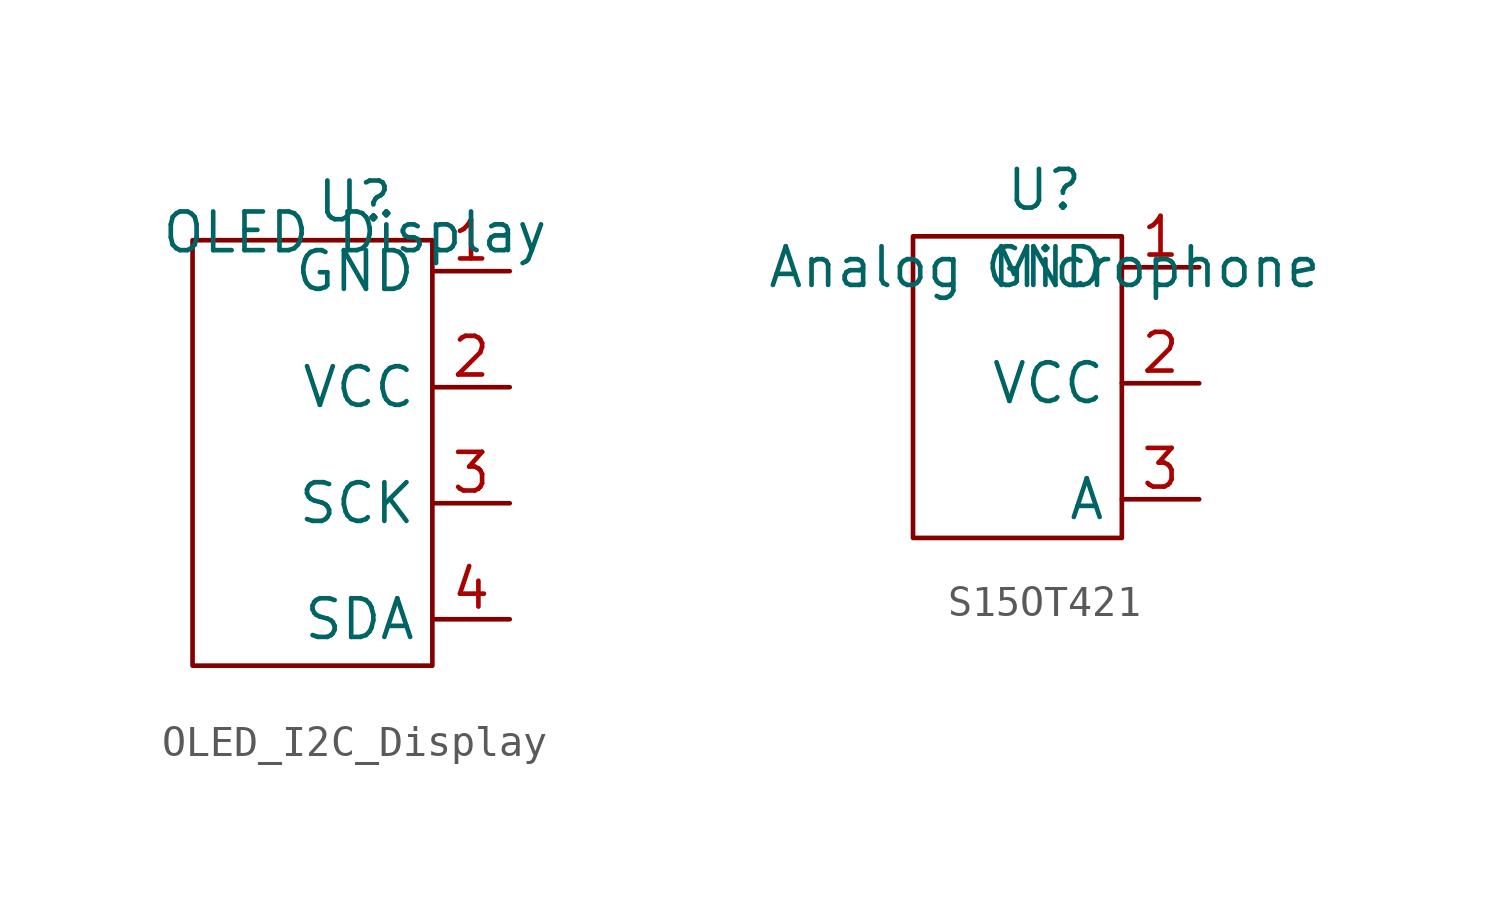
<source format=kicad_sym>
(kicad_symbol_lib
  (version 20241209)
  (generator "kicad_symbol_editor")
  (generator_version "9.0")
  (symbol "OLED_I2C_Display"
    (property "Reference" "U"
      (at 0 1.016 0)
      (effects (font (size 1.27 1.27))))
    (property "Value" "OLED Display"
      (at 0 0 0)
      (effects (font (size 1.27 1.27))))
    (symbol "OLED_I2C_Display_0_1"
      (rectangle (start -5.334 -0.254) (end 2.54 -14.224) (stroke (width 0) (type default)) (fill (type none))))
    (symbol "OLED_I2C_Display_1_1"
      (pin power_in line (at 5.08 -1.27 180) (length 2.54) (name "GND" (effects (font (size 1.27 1.27)))) (number "1" (effects (font (size 1.27 1.27)))))
      (pin power_in line (at 5.08 -5.08 180) (length 2.54) (name "VCC" (effects (font (size 1.27 1.27)))) (number "2" (effects (font (size 1.27 1.27)))))
      (pin bidirectional line (at 5.08 -8.89 180) (length 2.54) (name "SCK" (effects (font (size 1.27 1.27)))) (number "3" (effects (font (size 1.27 1.27)))))
      (pin output line (at 5.08 -12.7 180) (length 2.54) (name "SDA" (effects (font (size 1.27 1.27)))) (number "4" (effects (font (size 1.27 1.27)))))))
  (symbol "S15OT421"
    (property "Reference" "U"
      (at 0 2.54 0)
      (effects (font (size 1.27 1.27))))
    (property "Value" "Analog Microphone"
      (at 0 0 0)
      (effects (font (size 1.27 1.27))))
    (symbol "S15OT421_0_1"
      (rectangle (start -4.318 1.016) (end 2.54 -8.89) (stroke (width 0) (type default)) (fill (type none))))
    (symbol "S15OT421_1_1"
      (pin power_in line (at 5.08 0 180) (length 2.54) (name "GND" (effects (font (size 1.27 1.27)))) (number "1" (effects (font (size 1.27 1.27)))))
      (pin power_in line (at 5.08 -3.81 180) (length 2.54) (name "VCC" (effects (font (size 1.27 1.27)))) (number "2" (effects (font (size 1.27 1.27)))))
      (pin output line (at 5.08 -7.62 180) (length 2.54) (name "A" (effects (font (size 1.27 1.27)))) (number "3" (effects (font (size 1.27 1.27))))))))
</source>
